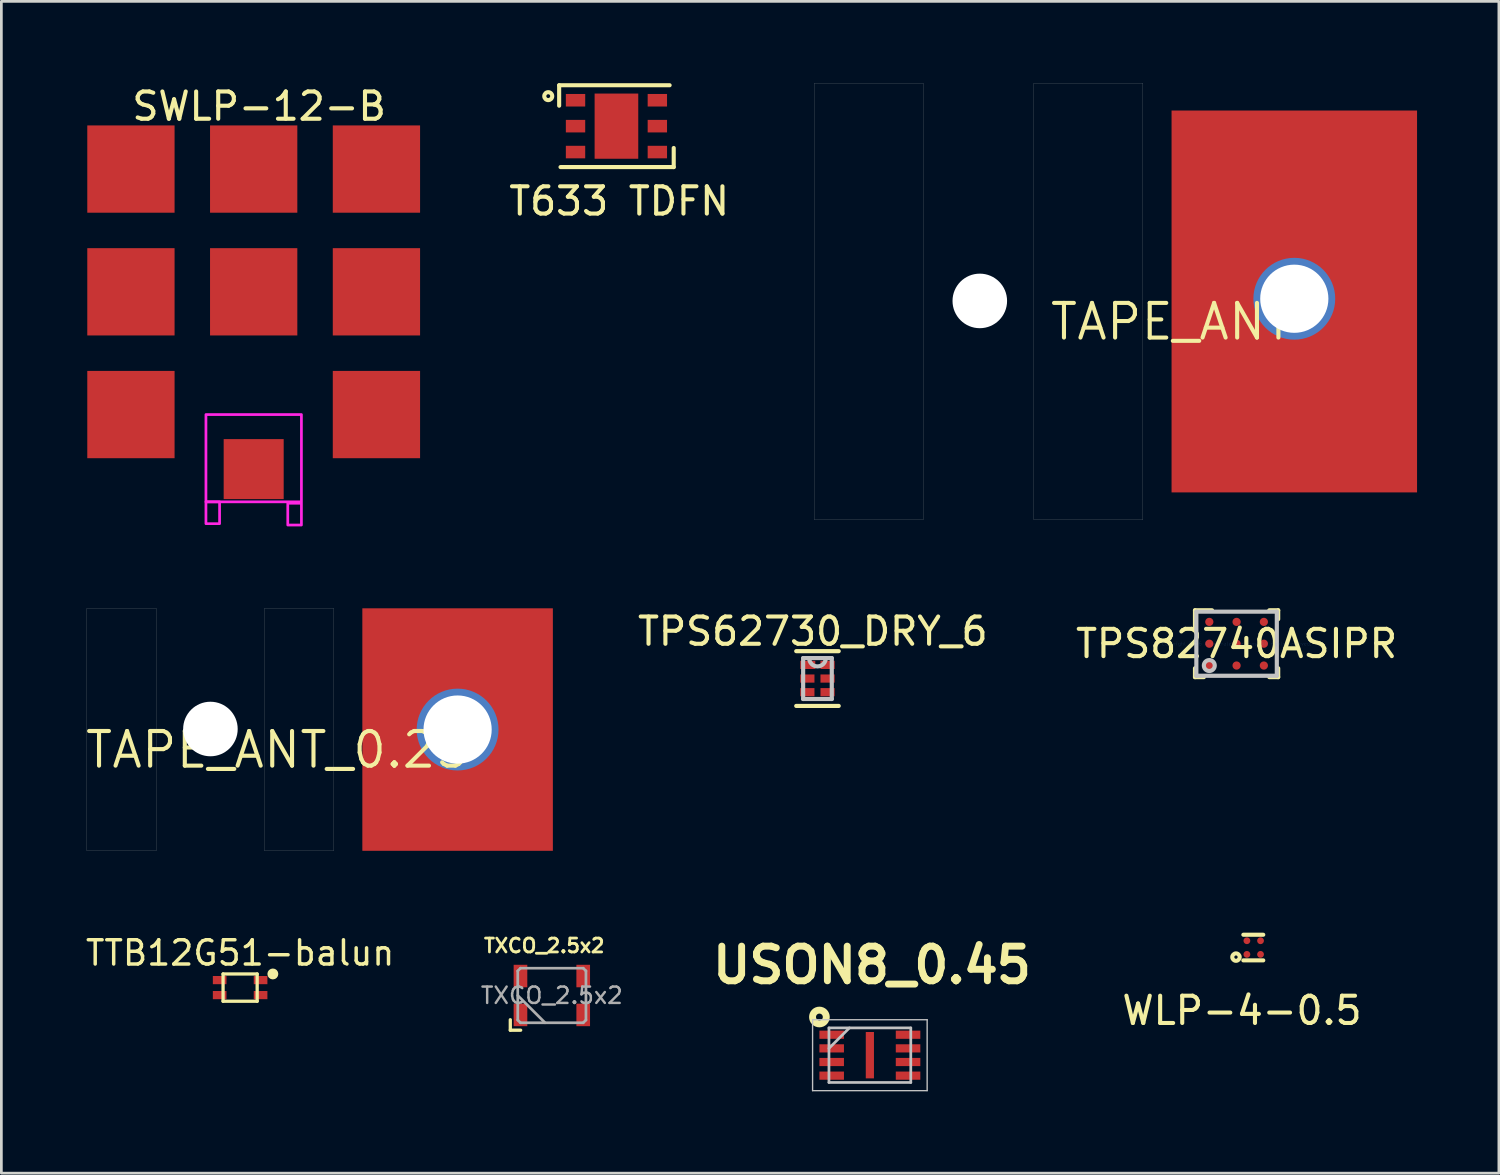
<source format=kicad_pcb>
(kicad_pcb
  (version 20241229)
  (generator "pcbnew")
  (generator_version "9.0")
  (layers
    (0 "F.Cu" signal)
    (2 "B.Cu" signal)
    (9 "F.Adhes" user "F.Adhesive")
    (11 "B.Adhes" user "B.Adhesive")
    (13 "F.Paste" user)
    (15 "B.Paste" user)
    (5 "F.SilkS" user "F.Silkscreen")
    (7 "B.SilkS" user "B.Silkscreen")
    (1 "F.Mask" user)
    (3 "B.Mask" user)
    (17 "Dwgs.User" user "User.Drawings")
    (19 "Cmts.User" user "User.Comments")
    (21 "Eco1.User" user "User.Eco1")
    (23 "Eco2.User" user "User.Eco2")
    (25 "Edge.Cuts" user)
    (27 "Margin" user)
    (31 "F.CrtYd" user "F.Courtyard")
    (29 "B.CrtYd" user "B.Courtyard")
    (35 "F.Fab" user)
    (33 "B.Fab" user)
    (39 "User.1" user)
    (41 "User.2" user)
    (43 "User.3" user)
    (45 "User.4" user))
  (footprint "TAPE_ANT_0.25"
    (layer "F.Cu")
    (at 13.726 23.696)
    (property "Reference" "TAPE_ANT_0.25" (at 0.5 0 0) (layer "F.SilkS") (effects (font (size 1.27 1.27) (thickness 0.15)) (justify right top)))
    (attr through_hole)
    (fp_line (start -13.59 -4.445) (end -13.59 4.445) (stroke (width 0.005) (type solid)) (layer "Edge.Cuts"))
    (fp_line (start -13.59 -4.445) (end -11.05 -4.445) (stroke (width 0.005) (type solid)) (layer "Edge.Cuts"))
    (fp_line (start -13.59 4.445) (end -11.05 4.445) (stroke (width 0.005) (type solid)) (layer "Edge.Cuts"))
    (fp_line (start -11.05 -4.445) (end -11.05 4.445) (stroke (width 0.005) (type solid)) (layer "Edge.Cuts"))
    (fp_line (start -7.082 -4.445) (end -7.082 4.445) (stroke (width 0.005) (type solid)) (layer "Edge.Cuts"))
    (fp_line (start -7.082 -4.445) (end -4.542 -4.445) (stroke (width 0.005) (type solid)) (layer "Edge.Cuts"))
    (fp_line (start -7.082 4.445) (end -4.542 4.445) (stroke (width 0.005) (type solid)) (layer "Edge.Cuts"))
    (fp_line (start -4.542 -4.445) (end -4.542 4.445) (stroke (width 0.005) (type solid)) (layer "Edge.Cuts"))
    (pad "" np_thru_hole circle (at -9.062 -0.02) (size 2 2) (drill 2) (layers "*.Cu" "*.Mask"))
    (pad "RF" thru_hole circle (at 0 0) (size 3 3) (drill 2.5) (layers "*.Cu" "*.Mask"))
    (pad "RF_2" smd rect (at 0 0 90) (size 8.89 6.985) (layers "F.Cu" "F.Mask" "F.Paste")))
  (footprint "TTB12G51-balun"
    (layer "F.Cu")
    (at 5.753 33.156)
    (property "Reference" "TTB12G51-balun" (at 0 -1.27 0) (layer "F.SilkS") (effects (font (size 0.889 0.889) (thickness 0.127))))
    (attr through_hole)
    (fp_line (start -0.625 -0.5) (end -0.625 0.5) (stroke (width 0.12) (type solid)) (layer "F.SilkS"))
    (fp_line (start -0.625 -0.5) (end 0.625 -0.5) (stroke (width 0.12) (type solid)) (layer "F.SilkS"))
    (fp_line (start -0.625 0.5) (end 0.625 0.5) (stroke (width 0.12) (type solid)) (layer "F.SilkS"))
    (fp_line (start 0.625 -0.5) (end 0.625 0.5) (stroke (width 0.12) (type solid)) (layer "F.SilkS"))
    (fp_circle (center 1.2 -0.5) (end 1.3 -0.5) (stroke (width 0.2) (type solid)) (fill no) (layer "F.SilkS"))
    (pad "1" smd rect (at 0.75 -0.275 180) (size 0.5 0.3) (layers "F.Cu" "F.Mask" "F.Paste"))
    (pad "2" smd rect (at 0.75 0.275 180) (size 0.5 0.3) (layers "F.Cu" "F.Mask" "F.Paste"))
    (pad "3" smd rect (at -0.75 0.275 180) (size 0.5 0.3) (layers "F.Cu" "F.Mask" "F.Paste"))
    (pad "4" smd rect (at -0.75 -0.275 180) (size 0.5 0.3) (layers "F.Cu" "F.Mask" "F.Paste")))
  (footprint "TXCO_2.5x2"
    (layer "F.Cu")
    (at 17.181 33.445)
    (property "Reference" "TXCO_2.5x2" (at -0.279 -1.826 0) (layer "F.SilkS") (effects (font (size 0.508 0.508) (thickness 0.102))))
    (attr smd)
    (fp_line (start -1.523 0.889) (end -1.523 1.273) (stroke (width 0.12) (type solid)) (layer "F.SilkS"))
    (fp_line (start -1.523 1.273) (end -1.143 1.273) (stroke (width 0.12) (type solid)) (layer "F.SilkS"))
    (fp_line (start -1.25 -0.9) (end -1.15 -1) (stroke (width 0.1) (type solid)) (layer "F.Fab"))
    (fp_line (start -1.25 0) (end -0.25 1) (stroke (width 0.1) (type solid)) (layer "F.Fab"))
    (fp_line (start -1.25 0.9) (end -1.25 -0.9) (stroke (width 0.1) (type solid)) (layer "F.Fab"))
    (fp_line (start -1.15 -1) (end 1.15 -1) (stroke (width 0.1) (type solid)) (layer "F.Fab"))
    (fp_line (start -1.15 1) (end -1.25 0.9) (stroke (width 0.1) (type solid)) (layer "F.Fab"))
    (fp_line (start 1.15 -1) (end 1.25 -0.9) (stroke (width 0.1) (type solid)) (layer "F.Fab"))
    (fp_line (start 1.15 1) (end -1.15 1) (stroke (width 0.1) (type solid)) (layer "F.Fab"))
    (fp_line (start 1.25 -0.9) (end 1.25 0.9) (stroke (width 0.1) (type solid)) (layer "F.Fab"))
    (fp_line (start 1.25 0.9) (end 1.15 1) (stroke (width 0.1) (type solid)) (layer "F.Fab"))
    (fp_text user "${REFERENCE}" (at 0 0 0) (layer "F.Fab") (effects (font (size 0.6 0.6) (thickness 0.09))))
    (pad "1" smd rect (at -1.15 0.713) (size 0.5 0.825) (layers "F.Cu" "F.Mask" "F.Paste"))
    (pad "2" smd rect (at 1.15 0.713) (size 0.5 0.825) (layers "F.Cu" "F.Mask" "F.Paste"))
    (pad "3" smd rect (at 1.15 -0.713) (size 0.5 0.825) (layers "F.Cu" "F.Mask" "F.Paste"))
    (pad "4" smd rect (at -1.15 -0.713) (size 0.5 0.825) (layers "F.Cu" "F.Mask" "F.Paste")))
  (footprint "USON8_0.45"
    (layer "F.Cu")
    (at 28.84 35.634)
    (property "Reference" "USON8_0.45" (at 0.076 -3.302 0) (layer "F.SilkS") (effects (font (size 1.27 1.27) (thickness 0.254))))
    (attr smd)
    (fp_circle (center -1.85 -1.4) (end -1.725 -1.4) (stroke (width 0.254) (type solid)) (fill no) (layer "F.SilkS"))
    (fp_line (start -2.1 -1.3) (end 2.1 -1.3) (stroke (width 0.05) (type solid)) (layer "Dwgs.User"))
    (fp_line (start -2.1 1.3) (end -2.1 -1.3) (stroke (width 0.05) (type solid)) (layer "Dwgs.User"))
    (fp_line (start -1.5 -1) (end 1.5 -1) (stroke (width 0.1) (type solid)) (layer "Dwgs.User"))
    (fp_line (start -1.5 -0.25) (end -0.75 -1) (stroke (width 0.1) (type solid)) (layer "Dwgs.User"))
    (fp_line (start -1.5 1) (end -1.5 -1) (stroke (width 0.1) (type solid)) (layer "Dwgs.User"))
    (fp_line (start 1.5 -1) (end 1.5 1) (stroke (width 0.1) (type solid)) (layer "Dwgs.User"))
    (fp_line (start 1.5 1) (end -1.5 1) (stroke (width 0.1) (type solid)) (layer "Dwgs.User"))
    (fp_line (start 2.1 -1.3) (end 2.1 1.3) (stroke (width 0.05) (type solid)) (layer "Dwgs.User"))
    (fp_line (start 2.1 1.3) (end -2.1 1.3) (stroke (width 0.05) (type solid)) (layer "Dwgs.User"))
    (pad "1" smd rect (at -1.4 -0.75 90) (size 0.3 0.9) (layers "F.Cu" "F.Mask" "F.Paste"))
    (pad "2" smd rect (at -1.4 -0.25 90) (size 0.3 0.9) (layers "F.Cu" "F.Mask" "F.Paste"))
    (pad "3" smd rect (at -1.4 0.25 90) (size 0.3 0.9) (layers "F.Cu" "F.Mask" "F.Paste"))
    (pad "4" smd rect (at -1.4 0.75 90) (size 0.3 0.9) (layers "F.Cu" "F.Mask" "F.Paste"))
    (pad "5" smd rect (at 1.4 0.75 90) (size 0.3 0.9) (layers "F.Cu" "F.Mask" "F.Paste"))
    (pad "6" smd rect (at 1.4 0.25 90) (size 0.3 0.9) (layers "F.Cu" "F.Mask" "F.Paste"))
    (pad "7" smd rect (at 1.4 -0.25 90) (size 0.3 0.9) (layers "F.Cu" "F.Mask" "F.Paste"))
    (pad "8" smd rect (at 1.4 -0.75 90) (size 0.3 0.9) (layers "F.Cu" "F.Mask" "F.Paste"))
    (pad "9" smd rect (at 0 0) (size 0.3 1.7) (layers "F.Cu" "F.Mask" "F.Paste")))
  (footprint "TPS62730_DRY_6"
    (layer "F.Cu")
    (at 26.919 21.826)
    (property "Reference" "TPS62730_DRY_6" (at -0.17 -1.73 0) (layer "F.SilkS") (effects (font (size 1 1) (thickness 0.15))))
    (attr through_hole)
    (fp_line (start -0.779 1.004) (end 0.779 1.004) (stroke (width 0.152) (type solid)) (layer "F.SilkS"))
    (fp_line (start 0.779 -1.004) (end -0.779 -1.004) (stroke (width 0.152) (type solid)) (layer "F.SilkS"))
    (fp_line (start -0.525 -0.75) (end -0.525 0.75) (stroke (width 0.152) (type solid)) (layer "Dwgs.User"))
    (fp_line (start -0.525 0.75) (end 0.525 0.75) (stroke (width 0.152) (type solid)) (layer "Dwgs.User"))
    (fp_line (start 0.525 -0.75) (end -0.525 -0.75) (stroke (width 0.152) (type solid)) (layer "Dwgs.User"))
    (fp_line (start 0.525 0.75) (end 0.525 -0.75) (stroke (width 0.152) (type solid)) (layer "Dwgs.User"))
    (fp_arc (start 0.3048 -0.75) (mid 0 -0.4452) (end -0.3048 -0.75) (stroke (width 0.1524) (type solid)) (layer "Dwgs.User"))
    (pad "" smd circle (at -0.37 0) (size 0.025 0.025) (layers "F.Paste"))
    (pad "" smd circle (at -0.37 0.5) (size 0.025 0.025) (layers "F.Paste"))
    (pad "" smd circle (at -0.355 -0.5) (size 0.025 0.025) (layers "F.Paste"))
    (pad "" smd circle (at 0.37 -0.5) (size 0.025 0.025) (layers "F.Paste"))
    (pad "" smd circle (at 0.37 0) (size 0.025 0.025) (layers "F.Paste"))
    (pad "" smd circle (at 0.37 0.5) (size 0.025 0.025) (layers "F.Paste"))
    (pad "1" smd rect (at -0.355 -0.5) (size 0.55 0.3) (layers "F.Cu"))
    (pad "2" smd rect (at -0.37 0) (size 0.52 0.3) (layers "F.Cu"))
    (pad "3" smd rect (at -0.37 0.5) (size 0.52 0.3) (layers "F.Cu"))
    (pad "4" smd rect (at 0.37 0.5) (size 0.52 0.3) (layers "F.Cu"))
    (pad "5" smd rect (at 0.37 0) (size 0.52 0.3) (layers "F.Cu"))
    (pad "6" smd rect (at 0.37 -0.5) (size 0.52 0.3) (layers "F.Cu")))
  (footprint "T633 TDFN"
    (layer "F.Cu")
    (at 19.449 1.475)
    (property "Reference" "T633 TDFN" (at 0.2 2.85 0) (layer "F.SilkS") (effects (font (size 1 1) (thickness 0.15))))
    (attr through_hole)
    (fp_line (start -2 -1.4) (end -2 -0.65) (stroke (width 0.15) (type solid)) (layer "F.SilkS"))
    (fp_line (start -2 -1.4) (end 2.05 -1.4) (stroke (width 0.15) (type solid)) (layer "F.SilkS"))
    (fp_line (start -1.95 1.6) (end 2.2 1.6) (stroke (width 0.15) (type solid)) (layer "F.SilkS"))
    (fp_line (start 2.2 1.602) (end 2.2 0.9) (stroke (width 0.15) (type solid)) (layer "F.SilkS"))
    (fp_circle (center -2.4 -1) (end -2.35 -1.05) (stroke (width 0.15) (type solid)) (fill no) (layer "F.SilkS"))
    (pad "1" smd rect (at -1.4 -0.85 90) (size 0.46 0.71) (layers "F.Cu" "F.Mask" "F.Paste"))
    (pad "2" smd rect (at -1.4 0.1 90) (size 0.46 0.71) (layers "F.Cu" "F.Mask" "F.Paste"))
    (pad "3" smd rect (at -1.4 1.05 90) (size 0.46 0.71) (layers "F.Cu" "F.Mask" "F.Paste"))
    (pad "4" smd rect (at 1.6 -0.85 90) (size 0.46 0.71) (layers "F.Cu" "F.Mask" "F.Paste"))
    (pad "5" smd rect (at 1.6 0.1 90) (size 0.46 0.71) (layers "F.Cu" "F.Mask" "F.Paste"))
    (pad "6" smd rect (at 1.6 1.05 90) (size 0.46 0.71) (layers "F.Cu" "F.Mask" "F.Paste"))
    (pad "7" smd rect (at 0.1 0.1) (size 1.6 2.39) (layers "F.Cu" "F.Mask" "F.Paste")))
  (footprint "WLP-4-0.5"
    (layer "F.Cu")
    (at 42.662 31.438)
    (property "Reference" "WLP-4-0.5" (at -0.18 2.56 0) (layer "F.SilkS") (effects (font (size 1 1) (thickness 0.15))))
    (attr through_hole)
    (fp_line (start -0.13 -0.22) (end 0.6 -0.22) (stroke (width 0.15) (type solid)) (layer "F.SilkS"))
    (fp_line (start -0.13 0.72) (end 0.6 0.72) (stroke (width 0.15) (type solid)) (layer "F.SilkS"))
    (fp_circle (center -0.4 0.6) (end -0.34 0.61) (stroke (width 0.15) (type solid)) (fill no) (layer "F.SilkS"))
    (pad "1" smd circle (at 0.5 0.5) (size 0.25 0.25) (layers "F.Cu" "F.Mask" "F.Paste"))
    (pad "2" smd circle (at 0 0.5) (size 0.25 0.25) (layers "F.Cu" "F.Mask" "F.Paste"))
    (pad "3" smd circle (at 0.5 0) (size 0.25 0.25) (layers "F.Cu" "F.Mask" "F.Paste"))
    (pad "4" smd circle (at 0 0) (size 0.25 0.25) (layers "F.Cu" "F.Mask" "F.Paste")))
  (footprint "TPS82740ASIPR"
    (layer "F.Cu")
    (at 42.284 20.549)
    (property "Reference" "TPS82740ASIPR" (at 0 0 0) (layer "F.SilkS") (effects (font (size 1 1) (thickness 0.15))))
    (attr through_hole)
    (fp_line (start -1.525 -1.225) (end -0.9 -1.225) (stroke (width 0.152) (type solid)) (layer "F.SilkS"))
    (fp_line (start -1.525 -0.6) (end -1.525 -1.225) (stroke (width 0.152) (type solid)) (layer "F.SilkS"))
    (fp_line (start -1.525 1.225) (end -1.525 0.9) (stroke (width 0.152) (type solid)) (layer "F.SilkS"))
    (fp_line (start -1.525 1.225) (end -1.2 1.225) (stroke (width 0.152) (type solid)) (layer "F.SilkS"))
    (fp_line (start 1.2 -1.225) (end 1.525 -1.225) (stroke (width 0.152) (type solid)) (layer "F.SilkS"))
    (fp_line (start 1.2 1.225) (end 1.525 1.225) (stroke (width 0.152) (type solid)) (layer "F.SilkS"))
    (fp_line (start 1.525 -0.9) (end 1.525 -1.225) (stroke (width 0.152) (type solid)) (layer "F.SilkS"))
    (fp_line (start 1.525 1.225) (end 1.525 0.9) (stroke (width 0.152) (type solid)) (layer "F.SilkS"))
    (fp_line (start -1.475 -1.175) (end 1.475 -1.175) (stroke (width 0.152) (type solid)) (layer "Dwgs.User"))
    (fp_line (start -1.475 1.175) (end -1.475 -1.175) (stroke (width 0.152) (type solid)) (layer "Dwgs.User"))
    (fp_line (start -1.475 1.175) (end 1.475 1.175) (stroke (width 0.152) (type solid)) (layer "Dwgs.User"))
    (fp_line (start 1.475 1.175) (end 1.475 -1.175) (stroke (width 0.152) (type solid)) (layer "Dwgs.User"))
    (fp_circle (center -1 0.8) (end -0.8 0.8) (stroke (width 0.152) (type solid)) (fill no) (layer "Dwgs.User"))
    (fp_text user "Copyright 2016 Accelerated Designs. All rights reserved." (at 0 0 0) (layer "Cmts.User") (effects (font (size 0.127 0.127) (thickness 0.002))))
    (pad "" smd circle (at -1 -0.8) (size 0.34 0.34) (layers "F.Paste"))
    (pad "" smd circle (at -1 -0.8) (size 0.402 0.402) (layers "F.Mask"))
    (pad "" smd circle (at -1 -0.000003) (size 0.34 0.34) (layers "F.Paste"))
    (pad "" smd circle (at -1 -0.000003) (size 0.402 0.402) (layers "F.Mask"))
    (pad "" smd circle (at -1 0.8) (size 0.34 0.34) (layers "F.Paste"))
    (pad "" smd circle (at -1 0.8) (size 0.402 0.402) (layers "F.Mask"))
    (pad "" smd circle (at 0 -0.8) (size 0.34 0.34) (layers "F.Paste"))
    (pad "" smd circle (at 0 -0.8) (size 0.402 0.402) (layers "F.Mask"))
    (pad "" smd circle (at 0 0) (size 0.34 0.34) (layers "F.Paste"))
    (pad "" smd circle (at 0 0) (size 0.402 0.402) (layers "F.Mask"))
    (pad "" smd circle (at 0 0.8) (size 0.34 0.34) (layers "F.Paste"))
    (pad "" smd circle (at 0 0.8) (size 0.402 0.402) (layers "F.Mask"))
    (pad "" smd circle (at 1 -0.8) (size 0.34 0.34) (layers "F.Paste"))
    (pad "" smd circle (at 1 -0.8) (size 0.402 0.402) (layers "F.Mask"))
    (pad "" smd circle (at 1 -0.000003) (size 0.34 0.34) (layers "F.Paste"))
    (pad "" smd circle (at 1 -0.000003) (size 0.402 0.402) (layers "F.Mask"))
    (pad "" smd circle (at 1 0.8) (size 0.34 0.34) (layers "F.Paste"))
    (pad "" smd circle (at 1 0.8) (size 0.402 0.402) (layers "F.Mask"))
    (pad "A1" smd circle (at -1 -0.8) (size 0.3 0.3) (layers "F.Cu"))
    (pad "A2" smd circle (at 0 -0.8) (size 0.3 0.3) (layers "F.Cu"))
    (pad "A3" smd circle (at 1 -0.8) (size 0.3 0.3) (layers "F.Cu"))
    (pad "B1" smd circle (at -1 -0.000003) (size 0.3 0.3) (layers "F.Cu"))
    (pad "B2" smd circle (at 0 0) (size 0.3 0.3) (layers "F.Cu"))
    (pad "B3" smd circle (at 1 -0.000003) (size 0.3 0.3) (layers "F.Cu"))
    (pad "C1" smd circle (at -1 0.8) (size 0.3 0.3) (layers "F.Cu"))
    (pad "C2" smd circle (at 0 0.8) (size 0.3 0.3) (layers "F.Cu"))
    (pad "C3" smd circle (at 1 0.8) (size 0.3 0.3) (layers "F.Cu")))
  (footprint "SWLP-12-B"
    (layer "F.Cu")
    (at 6.25 7.648)
    (property "Reference" "SWLP-12-B" (at 0.2 -6.8 180) (layer "F.SilkS") (effects (font (size 1 1) (thickness 0.15))))
    (attr smd)
    (fp_poly (pts (xy -6.2 -6.2) (xy -6.2 -2.8) (xy -2.8 -2.8) (xy -2.8 -6.2)) (stroke (width 0.1) (type solid)) (fill yes) (layer "F.Mask"))
    (fp_poly (pts (xy -6.2 -1.7) (xy -6.2 1.7) (xy -2.8 1.7) (xy -2.8 -1.7)) (stroke (width 0.1) (type solid)) (fill yes) (layer "F.Mask"))
    (fp_poly (pts (xy -6.2 2.8) (xy -6.2 6.2) (xy -2.8 6.2) (xy -2.8 2.8)) (stroke (width 0.1) (type solid)) (fill yes) (layer "F.Mask"))
    (fp_poly (pts (xy -1.7 -6.2) (xy -1.7 -2.8) (xy 1.7 -2.8) (xy 1.7 -6.2)) (stroke (width 0.1) (type solid)) (fill yes) (layer "F.Mask"))
    (fp_poly (pts (xy -1.7 -1.7) (xy -1.7 1.7) (xy 1.7 1.7) (xy 1.7 -1.7)) (stroke (width 0.1) (type solid)) (fill yes) (layer "F.Mask"))
    (fp_poly (pts (xy -1.2 5.3) (xy -1.2 7.7) (xy 1.2 7.7) (xy 1.2 5.3)) (stroke (width 0.1) (type solid)) (fill yes) (layer "F.Mask"))
    (fp_poly (pts (xy 2.8 -6.2) (xy 2.8 -2.8) (xy 6.2 -2.8) (xy 6.2 -6.2)) (stroke (width 0.1) (type solid)) (fill yes) (layer "F.Mask"))
    (fp_poly (pts (xy 2.8 -1.7) (xy 2.8 1.7) (xy 6.2 1.7) (xy 6.2 -1.7)) (stroke (width 0.1) (type solid)) (fill yes) (layer "F.Mask"))
    (fp_poly (pts (xy 2.8 2.8) (xy 2.8 6.2) (xy 6.2 6.2) (xy 6.2 2.8)) (stroke (width 0.1) (type solid)) (fill yes) (layer "F.Mask"))
    (fp_poly (pts (xy -6 -6) (xy -6 -3) (xy -3 -3) (xy -3 -6)) (stroke (width 0.1) (type solid)) (fill yes) (layer "F.Paste"))
    (fp_poly (pts (xy -6 -1.5) (xy -6 1.5) (xy -3 1.5) (xy -3 -1.5)) (stroke (width 0.1) (type solid)) (fill yes) (layer "F.Paste"))
    (fp_poly (pts (xy -6 3) (xy -6 6) (xy -3 6) (xy -3 3)) (stroke (width 0.1) (type solid)) (fill yes) (layer "F.Paste"))
    (fp_poly (pts (xy -1.5 -6) (xy -1.5 -3) (xy 1.5 -3) (xy 1.5 -6)) (stroke (width 0.1) (type solid)) (fill yes) (layer "F.Paste"))
    (fp_poly (pts (xy -1.5 -1.5) (xy -1.5 1.5) (xy 1.5 1.5) (xy 1.5 -1.5)) (stroke (width 0.1) (type solid)) (fill yes) (layer "F.Paste"))
    (fp_poly (pts (xy -1 5.5) (xy -1 7.5) (xy 1 7.5) (xy 1 5.5)) (stroke (width 0.1) (type solid)) (fill yes) (layer "F.Paste"))
    (fp_poly (pts (xy 3 -6) (xy 3 -3) (xy 6 -3) (xy 6 -6)) (stroke (width 0.1) (type solid)) (fill yes) (layer "F.Paste"))
    (fp_poly (pts (xy 3 -1.5) (xy 3 1.5) (xy 6 1.5) (xy 6 -1.5)) (stroke (width 0.1) (type solid)) (fill yes) (layer "F.Paste"))
    (fp_poly (pts (xy 3 3) (xy 3 6) (xy 6 6) (xy 6 3)) (stroke (width 0.1) (type solid)) (fill yes) (layer "F.Paste"))
    (fp_poly (pts (xy -1.75 4.5) (xy -1.75 7.7) (xy 1.75 7.7) (xy 1.75 4.5)) (stroke (width 0.1) (type solid)) (fill no) (layer "F.CrtYd"))
    (fp_poly (pts (xy -1.75 7.7) (xy -1.25 7.7) (xy -1.25 8.5) (xy -1.75 8.5)) (stroke (width 0.1) (type solid)) (fill no) (layer "F.CrtYd"))
    (fp_poly (pts (xy 1.25 7.75) (xy 1.75 7.75) (xy 1.75 8.55) (xy 1.25 8.55)) (stroke (width 0.1) (type solid)) (fill no) (layer "F.CrtYd"))
    (pad "1" smd rect (at -4.5 -4.5) (size 3.2 3.2) (layers "F.Cu" "F.Mask" "F.Paste"))
    (pad "2" smd rect (at 0 -4.5) (size 3.2 3.2) (layers "F.Cu" "F.Mask" "F.Paste"))
    (pad "3" smd rect (at 4.5 -4.5) (size 3.2 3.2) (layers "F.Cu" "F.Mask" "F.Paste"))
    (pad "4" smd rect (at -4.5 0) (size 3.2 3.2) (layers "F.Cu" "F.Mask" "F.Paste"))
    (pad "5" smd rect (at 0 0) (size 3.2 3.2) (layers "F.Cu" "F.Mask" "F.Paste"))
    (pad "6" smd rect (at 4.5 0) (size 3.2 3.2) (layers "F.Cu" "F.Mask" "F.Paste"))
    (pad "7" smd rect (at -4.5 4.5) (size 3.2 3.2) (layers "F.Cu" "F.Mask" "F.Paste"))
    (pad "8" smd rect (at 0 6.5) (size 2.2 2.2) (layers "F.Cu" "F.Mask" "F.Paste"))
    (pad "9" smd rect (at 4.5 4.5) (size 3.2 3.2) (layers "F.Cu" "F.Mask" "F.Paste")))
  (footprint "TAPE_ANT"
    (layer "F.Cu")
    (at 43.9 8.002)
    (property "Reference" "TAPE_ANT" (at 0.5 0 0) (layer "F.SilkS") (effects (font (size 1.27 1.27) (thickness 0.15)) (justify right top)))
    (attr through_hole)
    (fp_line (start -17.1 -8) (end -17.1 8) (stroke (width 0.005) (type solid)) (layer "Edge.Cuts"))
    (fp_line (start -17.1 -8) (end -13.1 -8) (stroke (width 0.005) (type solid)) (layer "Edge.Cuts"))
    (fp_line (start -17.1 8) (end -13.1 8) (stroke (width 0.005) (type solid)) (layer "Edge.Cuts"))
    (fp_line (start -13.1 -8) (end -13.1 8) (stroke (width 0.005) (type solid)) (layer "Edge.Cuts"))
    (fp_line (start -9.05 -8) (end -9.05 8) (stroke (width 0.005) (type solid)) (layer "Edge.Cuts"))
    (fp_line (start -9.05 -8) (end -5.05 -8) (stroke (width 0.005) (type solid)) (layer "Edge.Cuts"))
    (fp_line (start -9.05 8) (end -5.05 8) (stroke (width 0.005) (type solid)) (layer "Edge.Cuts"))
    (fp_line (start -5.05 -8) (end -5.05 8) (stroke (width 0.005) (type solid)) (layer "Edge.Cuts"))
    (pad "" np_thru_hole circle (at -11.03 -0.02) (size 2 2) (drill 2) (layers "*.Cu" "*.Mask"))
    (pad "RF" thru_hole circle (at 0.5 -0.1) (size 3 3) (drill 2.5) (layers "*.Cu" "*.Mask"))
    (pad "RF_2" smd rect (at 0.5 0 90) (size 14 9) (layers "F.Cu" "F.Mask" "F.Paste")))
  (gr_rect
    (start -3 -3)
    (end 51.9 39.959)
    (stroke (width 0.1) (type default))
    (fill no)
    (layer "Edge.Cuts")))
</source>
